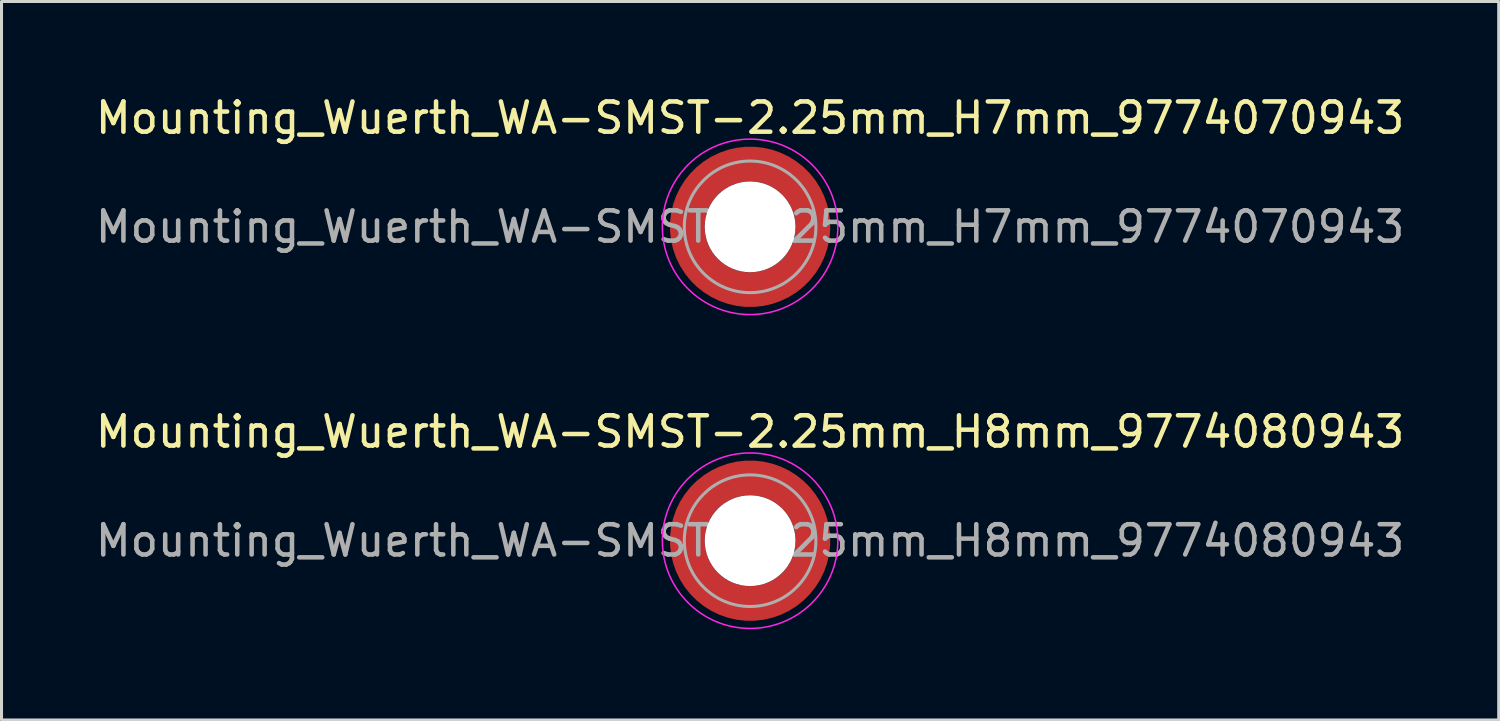
<source format=kicad_pcb>
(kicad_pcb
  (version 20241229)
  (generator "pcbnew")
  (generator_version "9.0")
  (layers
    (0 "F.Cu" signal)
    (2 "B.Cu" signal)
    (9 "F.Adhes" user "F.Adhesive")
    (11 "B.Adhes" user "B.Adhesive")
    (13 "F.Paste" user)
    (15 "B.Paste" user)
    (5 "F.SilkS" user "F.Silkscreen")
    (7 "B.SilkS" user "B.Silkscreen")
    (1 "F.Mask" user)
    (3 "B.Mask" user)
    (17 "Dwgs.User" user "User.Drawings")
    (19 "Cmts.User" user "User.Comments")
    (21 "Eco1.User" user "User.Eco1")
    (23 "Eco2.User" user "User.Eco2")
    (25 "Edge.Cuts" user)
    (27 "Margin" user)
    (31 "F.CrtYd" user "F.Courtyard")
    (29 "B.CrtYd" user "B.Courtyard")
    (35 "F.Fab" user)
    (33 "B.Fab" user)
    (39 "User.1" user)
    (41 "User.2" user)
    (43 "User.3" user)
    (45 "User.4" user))
  (footprint "Mounting_Wuerth_WA-SMST-2.25mm_H7mm_9774070943"
    (layer "F.Cu")
    (at 21.744 4.448)
    (property "Reference" "Mounting_Wuerth_WA-SMST-2.25mm_H7mm_9774070943" (at 0 -3.6 0) (layer "F.SilkS") (effects (font (size 1 1) (thickness 0.15))))
    (attr smd)
    (fp_circle (center 0 0) (end 2.9 0) (stroke (width 0.05) (type solid)) (fill no) (layer "F.CrtYd"))
    (fp_circle (center 0 0) (end 2.175 0) (stroke (width 0.1) (type solid)) (fill no) (layer "F.Fab"))
    (fp_text user "${REFERENCE}" (at 0 0 0) (layer "F.Fab") (effects (font (size 1 1) (thickness 0.15))))
    (pad "" smd custom (at -1.453 -1.453) (size 0.61 0.61) (layers "F.Paste") (options (anchor circle)) (primitives (gr_arc (start -0.147677 1.053104) (mid 0.285964 0.286792) (end 1.051968 -0.147393) (width 0.2)) (gr_arc (start -0.240295 1.053104) (mid 0.22253 0.222946) (end 1.052531 -0.24016) (width 0.2)) (gr_arc (start -0.332645 1.053104) (mid 0.158548 0.15965) (end 1.051583 -0.332304) (width 0.2)) (gr_arc (start -0.424767 1.053104) (mid 0.09486 0.096059) (end 1.051446 -0.424413) (width 0.2)) (gr_arc (start -0.516693 1.053104) (mid 0.031293 0.032346) (end 1.051645 -0.516396) (width 0.2)) (gr_arc (start -0.608448 1.053104) (mid -0.032323 -0.031316) (end 1.051707 -0.608176) (width 0.2)) (gr_arc (start -0.700056 1.053104) (mid -0.09616 -0.094758) (end 1.051155 -0.699693) (width 0.2)) (gr_arc (start -0.791534 1.053104) (mid -0.160388 -0.15781) (end 1.049515 -0.790891) (width 0.2)) (gr_arc (start -0.882896 1.053104) (mid -0.223713 -0.221764) (end 1.050388 -0.882429) (width 0.2)) (gr_arc (start -0.974157 1.053104) (mid -0.287654 -0.2851) (end 1.049541 -0.973566) (width 0.2)) (gr_line (start 1.053 -0.148) (end 1.053 -0.974) (width 0.2)) (gr_line (start -0.148 1.053) (end -0.974 1.053) (width 0.2))))
    (pad "" smd custom (at -1.453 1.453) (size 0.61 0.61) (layers "F.Paste") (options (anchor circle)) (primitives (gr_arc (start 1.053104 0.147677) (mid 0.286792 -0.285964) (end -0.147393 -1.051968) (width 0.2)) (gr_arc (start 1.053104 0.240295) (mid 0.222946 -0.22253) (end -0.24016 -1.052531) (width 0.2)) (gr_arc (start 1.053104 0.332645) (mid 0.15965 -0.158548) (end -0.332304 -1.051583) (width 0.2)) (gr_arc (start 1.053104 0.424767) (mid 0.096059 -0.09486) (end -0.424413 -1.051446) (width 0.2)) (gr_arc (start 1.053104 0.516693) (mid 0.032346 -0.031293) (end -0.516396 -1.051645) (width 0.2)) (gr_arc (start 1.053104 0.608448) (mid -0.031316 0.032323) (end -0.608176 -1.051707) (width 0.2)) (gr_arc (start 1.053104 0.700056) (mid -0.094758 0.09616) (end -0.699693 -1.051155) (width 0.2)) (gr_arc (start 1.053104 0.791534) (mid -0.15781 0.160388) (end -0.790891 -1.049515) (width 0.2)) (gr_arc (start 1.053104 0.882896) (mid -0.221765 0.223713) (end -0.882429 -1.050388) (width 0.2)) (gr_arc (start 1.053104 0.974157) (mid -0.2851 0.287654) (end -0.973566 -1.049541) (width 0.2)) (gr_line (start -0.148 -1.053) (end -0.974 -1.053) (width 0.2)) (gr_line (start 1.053 0.148) (end 1.053 0.974) (width 0.2))))
    (pad "" np_thru_hole circle (at 0 0) (size 3 3) (drill 3) (layers "*.Cu" "*.Mask"))
    (pad "" smd custom (at 1.453 -1.453) (size 0.61 0.61) (layers "F.Paste") (options (anchor circle)) (primitives (gr_arc (start -1.053104 -0.147677) (mid -0.286792 0.285964) (end 0.147393 1.051968) (width 0.2)) (gr_arc (start -1.053104 -0.240295) (mid -0.222946 0.22253) (end 0.24016 1.052531) (width 0.2)) (gr_arc (start -1.053104 -0.332645) (mid -0.15965 0.158548) (end 0.332304 1.051583) (width 0.2)) (gr_arc (start -1.053104 -0.424767) (mid -0.096059 0.09486) (end 0.424413 1.051446) (width 0.2)) (gr_arc (start -1.053104 -0.516693) (mid -0.032346 0.031293) (end 0.516396 1.051645) (width 0.2)) (gr_arc (start -1.053104 -0.608448) (mid 0.031316 -0.032323) (end 0.608176 1.051707) (width 0.2)) (gr_arc (start -1.053104 -0.700056) (mid 0.094758 -0.09616) (end 0.699693 1.051155) (width 0.2)) (gr_arc (start -1.053104 -0.791534) (mid 0.15781 -0.160388) (end 0.790891 1.049515) (width 0.2)) (gr_arc (start -1.053104 -0.882896) (mid 0.221764 -0.223713) (end 0.882429 1.050388) (width 0.2)) (gr_arc (start -1.053104 -0.974157) (mid 0.2851 -0.287654) (end 0.973566 1.049541) (width 0.2)) (gr_line (start 0.148 1.053) (end 0.974 1.053) (width 0.2)) (gr_line (start -1.053 -0.148) (end -1.053 -0.974) (width 0.2))))
    (pad "" smd custom (at 1.453 1.453) (size 0.61 0.61) (layers "F.Paste") (options (anchor circle)) (primitives (gr_arc (start 0.147677 -1.053104) (mid -0.285964 -0.286792) (end -1.051968 0.147393) (width 0.2)) (gr_arc (start 0.240295 -1.053104) (mid -0.22253 -0.222946) (end -1.052531 0.24016) (width 0.2)) (gr_arc (start 0.332645 -1.053104) (mid -0.158548 -0.15965) (end -1.051583 0.332304) (width 0.2)) (gr_arc (start 0.424767 -1.053104) (mid -0.09486 -0.096059) (end -1.051446 0.424413) (width 0.2)) (gr_arc (start 0.516693 -1.053104) (mid -0.031293 -0.032346) (end -1.051645 0.516396) (width 0.2)) (gr_arc (start 0.608448 -1.053104) (mid 0.032323 0.031316) (end -1.051707 0.608176) (width 0.2)) (gr_arc (start 0.700056 -1.053104) (mid 0.09616 0.094758) (end -1.051155 0.699693) (width 0.2)) (gr_arc (start 0.791534 -1.053104) (mid 0.160388 0.15781) (end -1.049515 0.790891) (width 0.2)) (gr_arc (start 0.882896 -1.053104) (mid 0.223713 0.221764) (end -1.050388 0.882429) (width 0.2)) (gr_arc (start 0.974157 -1.053104) (mid 0.287654 0.2851) (end -1.049541 0.973566) (width 0.2)) (gr_line (start -1.053 0.148) (end -1.053 0.974) (width 0.2)) (gr_line (start 0.148 -1.053) (end 0.974 -1.053) (width 0.2))))
    (pad "1" smd circle (at -2.075 0) (size 0.75 0.75) (layers "F.Cu"))
    (pad "1" smd circle (at 0 -2.075) (size 0.75 0.75) (layers "F.Cu"))
    (pad "1" smd circle (at 0 2.075) (size 0.75 0.75) (layers "F.Cu"))
    (pad "1" smd custom (at 2.075 0) (size 0.75 0.75) (layers "F.Cu" "F.Mask") (options (anchor circle)) (primitives (gr_circle (center -2.075 0) (end 0 0) (width 1.15) (fill no)))))
  (footprint "Mounting_Wuerth_WA-SMST-2.25mm_H8mm_9774080943"
    (layer "F.Cu")
    (at 21.744 14.822)
    (property "Reference" "Mounting_Wuerth_WA-SMST-2.25mm_H8mm_9774080943" (at 0 -3.6 0) (layer "F.SilkS") (effects (font (size 1 1) (thickness 0.15))))
    (attr smd)
    (fp_circle (center 0 0) (end 2.9 0) (stroke (width 0.05) (type solid)) (fill no) (layer "F.CrtYd"))
    (fp_circle (center 0 0) (end 2.175 0) (stroke (width 0.1) (type solid)) (fill no) (layer "F.Fab"))
    (fp_text user "${REFERENCE}" (at 0 0 0) (layer "F.Fab") (effects (font (size 1 1) (thickness 0.15))))
    (pad "" smd custom (at -1.453 -1.453) (size 0.61 0.61) (layers "F.Paste") (options (anchor circle)) (primitives (gr_arc (start -0.147677 1.053104) (mid 0.285964 0.286792) (end 1.051968 -0.147393) (width 0.2)) (gr_arc (start -0.240295 1.053104) (mid 0.22253 0.222946) (end 1.052531 -0.24016) (width 0.2)) (gr_arc (start -0.332645 1.053104) (mid 0.158548 0.15965) (end 1.051583 -0.332304) (width 0.2)) (gr_arc (start -0.424767 1.053104) (mid 0.09486 0.096059) (end 1.051446 -0.424413) (width 0.2)) (gr_arc (start -0.516693 1.053104) (mid 0.031293 0.032346) (end 1.051645 -0.516396) (width 0.2)) (gr_arc (start -0.608448 1.053104) (mid -0.032323 -0.031316) (end 1.051707 -0.608176) (width 0.2)) (gr_arc (start -0.700056 1.053104) (mid -0.09616 -0.094758) (end 1.051155 -0.699693) (width 0.2)) (gr_arc (start -0.791534 1.053104) (mid -0.160388 -0.15781) (end 1.049515 -0.790891) (width 0.2)) (gr_arc (start -0.882896 1.053104) (mid -0.223713 -0.221764) (end 1.050388 -0.882429) (width 0.2)) (gr_arc (start -0.974157 1.053104) (mid -0.287654 -0.2851) (end 1.049541 -0.973566) (width 0.2)) (gr_line (start 1.053 -0.148) (end 1.053 -0.974) (width 0.2)) (gr_line (start -0.148 1.053) (end -0.974 1.053) (width 0.2))))
    (pad "" smd custom (at -1.453 1.453) (size 0.61 0.61) (layers "F.Paste") (options (anchor circle)) (primitives (gr_arc (start 1.053104 0.147677) (mid 0.286792 -0.285964) (end -0.147393 -1.051968) (width 0.2)) (gr_arc (start 1.053104 0.240295) (mid 0.222946 -0.22253) (end -0.24016 -1.052531) (width 0.2)) (gr_arc (start 1.053104 0.332645) (mid 0.15965 -0.158548) (end -0.332304 -1.051583) (width 0.2)) (gr_arc (start 1.053104 0.424767) (mid 0.096059 -0.09486) (end -0.424413 -1.051446) (width 0.2)) (gr_arc (start 1.053104 0.516693) (mid 0.032346 -0.031293) (end -0.516396 -1.051645) (width 0.2)) (gr_arc (start 1.053104 0.608448) (mid -0.031316 0.032323) (end -0.608176 -1.051707) (width 0.2)) (gr_arc (start 1.053104 0.700056) (mid -0.094758 0.09616) (end -0.699693 -1.051155) (width 0.2)) (gr_arc (start 1.053104 0.791534) (mid -0.15781 0.160388) (end -0.790891 -1.049515) (width 0.2)) (gr_arc (start 1.053104 0.882896) (mid -0.221765 0.223713) (end -0.882429 -1.050388) (width 0.2)) (gr_arc (start 1.053104 0.974157) (mid -0.2851 0.287654) (end -0.973566 -1.049541) (width 0.2)) (gr_line (start -0.148 -1.053) (end -0.974 -1.053) (width 0.2)) (gr_line (start 1.053 0.148) (end 1.053 0.974) (width 0.2))))
    (pad "" np_thru_hole circle (at 0 0) (size 3 3) (drill 3) (layers "*.Cu" "*.Mask"))
    (pad "" smd custom (at 1.453 -1.453) (size 0.61 0.61) (layers "F.Paste") (options (anchor circle)) (primitives (gr_arc (start -1.053104 -0.147677) (mid -0.286792 0.285964) (end 0.147393 1.051968) (width 0.2)) (gr_arc (start -1.053104 -0.240295) (mid -0.222946 0.22253) (end 0.24016 1.052531) (width 0.2)) (gr_arc (start -1.053104 -0.332645) (mid -0.15965 0.158548) (end 0.332304 1.051583) (width 0.2)) (gr_arc (start -1.053104 -0.424767) (mid -0.096059 0.09486) (end 0.424413 1.051446) (width 0.2)) (gr_arc (start -1.053104 -0.516693) (mid -0.032346 0.031293) (end 0.516396 1.051645) (width 0.2)) (gr_arc (start -1.053104 -0.608448) (mid 0.031316 -0.032323) (end 0.608176 1.051707) (width 0.2)) (gr_arc (start -1.053104 -0.700056) (mid 0.094758 -0.09616) (end 0.699693 1.051155) (width 0.2)) (gr_arc (start -1.053104 -0.791534) (mid 0.15781 -0.160388) (end 0.790891 1.049515) (width 0.2)) (gr_arc (start -1.053104 -0.882896) (mid 0.221764 -0.223713) (end 0.882429 1.050388) (width 0.2)) (gr_arc (start -1.053104 -0.974157) (mid 0.2851 -0.287654) (end 0.973566 1.049541) (width 0.2)) (gr_line (start 0.148 1.053) (end 0.974 1.053) (width 0.2)) (gr_line (start -1.053 -0.148) (end -1.053 -0.974) (width 0.2))))
    (pad "" smd custom (at 1.453 1.453) (size 0.61 0.61) (layers "F.Paste") (options (anchor circle)) (primitives (gr_arc (start 0.147677 -1.053104) (mid -0.285964 -0.286792) (end -1.051968 0.147393) (width 0.2)) (gr_arc (start 0.240295 -1.053104) (mid -0.22253 -0.222946) (end -1.052531 0.24016) (width 0.2)) (gr_arc (start 0.332645 -1.053104) (mid -0.158548 -0.15965) (end -1.051583 0.332304) (width 0.2)) (gr_arc (start 0.424767 -1.053104) (mid -0.09486 -0.096059) (end -1.051446 0.424413) (width 0.2)) (gr_arc (start 0.516693 -1.053104) (mid -0.031293 -0.032346) (end -1.051645 0.516396) (width 0.2)) (gr_arc (start 0.608448 -1.053104) (mid 0.032323 0.031316) (end -1.051707 0.608176) (width 0.2)) (gr_arc (start 0.700056 -1.053104) (mid 0.09616 0.094758) (end -1.051155 0.699693) (width 0.2)) (gr_arc (start 0.791534 -1.053104) (mid 0.160388 0.15781) (end -1.049515 0.790891) (width 0.2)) (gr_arc (start 0.882896 -1.053104) (mid 0.223713 0.221764) (end -1.050388 0.882429) (width 0.2)) (gr_arc (start 0.974157 -1.053104) (mid 0.287654 0.2851) (end -1.049541 0.973566) (width 0.2)) (gr_line (start -1.053 0.148) (end -1.053 0.974) (width 0.2)) (gr_line (start 0.148 -1.053) (end 0.974 -1.053) (width 0.2))))
    (pad "1" smd circle (at -2.075 0) (size 0.75 0.75) (layers "F.Cu"))
    (pad "1" smd circle (at 0 -2.075) (size 0.75 0.75) (layers "F.Cu"))
    (pad "1" smd circle (at 0 2.075) (size 0.75 0.75) (layers "F.Cu"))
    (pad "1" smd custom (at 2.075 0) (size 0.75 0.75) (layers "F.Cu" "F.Mask") (options (anchor circle)) (primitives (gr_circle (center -2.075 0) (end 0 0) (width 1.15) (fill no)))))
  (gr_rect
    (start -3 -3)
    (end 46.488 20.747)
    (stroke (width 0.1) (type default))
    (fill no)
    (layer "Edge.Cuts")))
</source>
